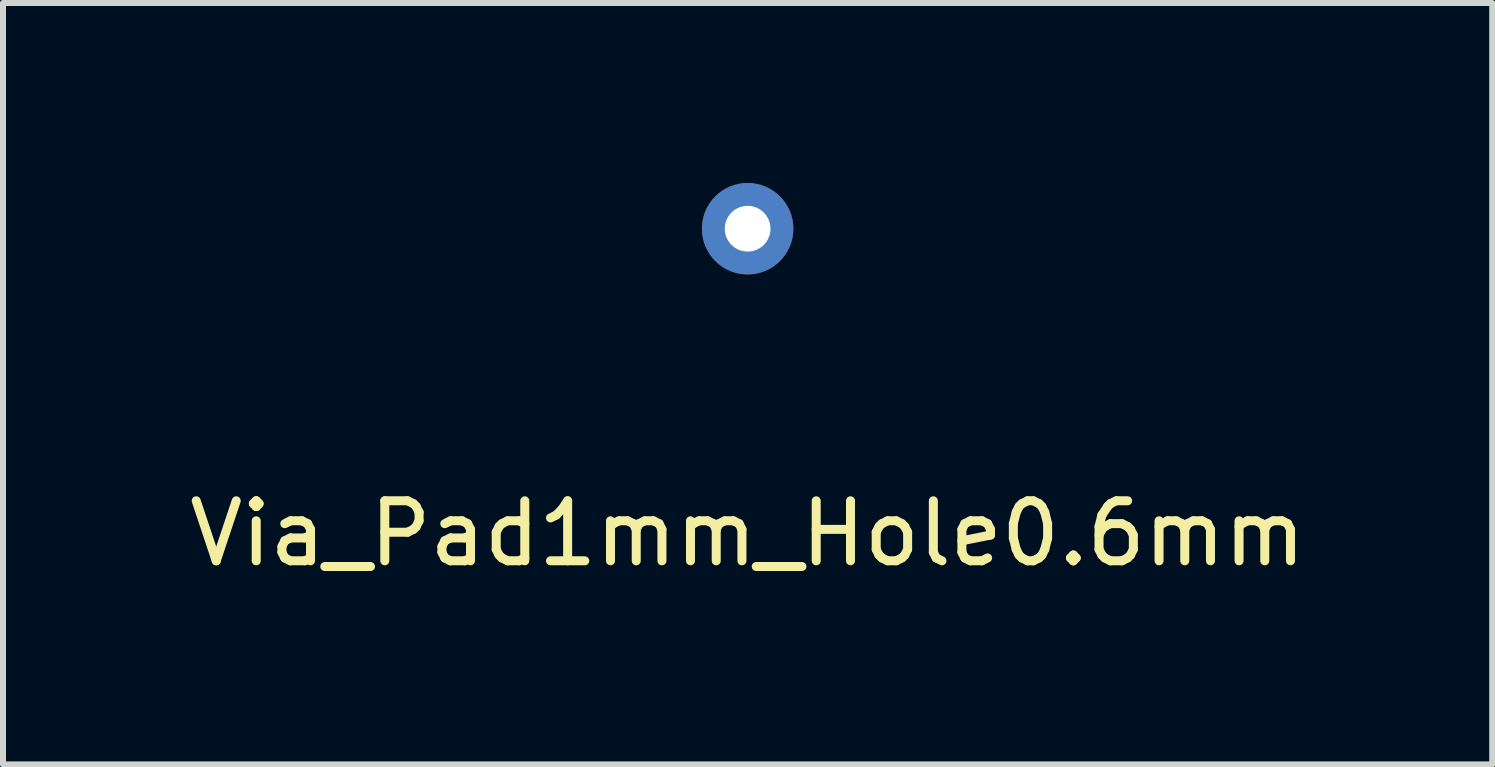
<source format=kicad_pcb>
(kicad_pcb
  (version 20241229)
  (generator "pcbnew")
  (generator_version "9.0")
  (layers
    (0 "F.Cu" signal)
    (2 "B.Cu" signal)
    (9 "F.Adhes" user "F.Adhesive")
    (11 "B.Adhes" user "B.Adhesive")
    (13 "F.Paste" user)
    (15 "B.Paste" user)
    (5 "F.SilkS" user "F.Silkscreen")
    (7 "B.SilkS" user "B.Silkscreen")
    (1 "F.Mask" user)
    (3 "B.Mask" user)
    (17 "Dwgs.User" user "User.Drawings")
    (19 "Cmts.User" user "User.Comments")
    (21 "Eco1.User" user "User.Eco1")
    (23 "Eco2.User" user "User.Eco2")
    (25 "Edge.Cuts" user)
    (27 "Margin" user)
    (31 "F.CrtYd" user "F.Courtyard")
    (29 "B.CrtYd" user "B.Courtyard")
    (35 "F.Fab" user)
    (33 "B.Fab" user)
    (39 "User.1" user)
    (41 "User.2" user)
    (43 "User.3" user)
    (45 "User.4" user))
  (footprint "Via_Pad1mm_Hole0.6mm"
    (layer "F.Cu")
    (at 9.411 0.762)
    (property "Reference" "Via_Pad1mm_Hole0.6mm" (at 0 5.08 0) (layer "F.SilkS") (effects (font (size 1 1) (thickness 0.15))))
    (attr through_hole)
    (pad "1" thru_hole circle (at 0 0) (size 1.524 1.524) (drill 0.762) (layers "*.Cu")))
  (gr_rect
    (start -3 -3)
    (end 21.821 9.69)
    (stroke (width 0.1) (type default))
    (fill no)
    (layer "Edge.Cuts")))
</source>
